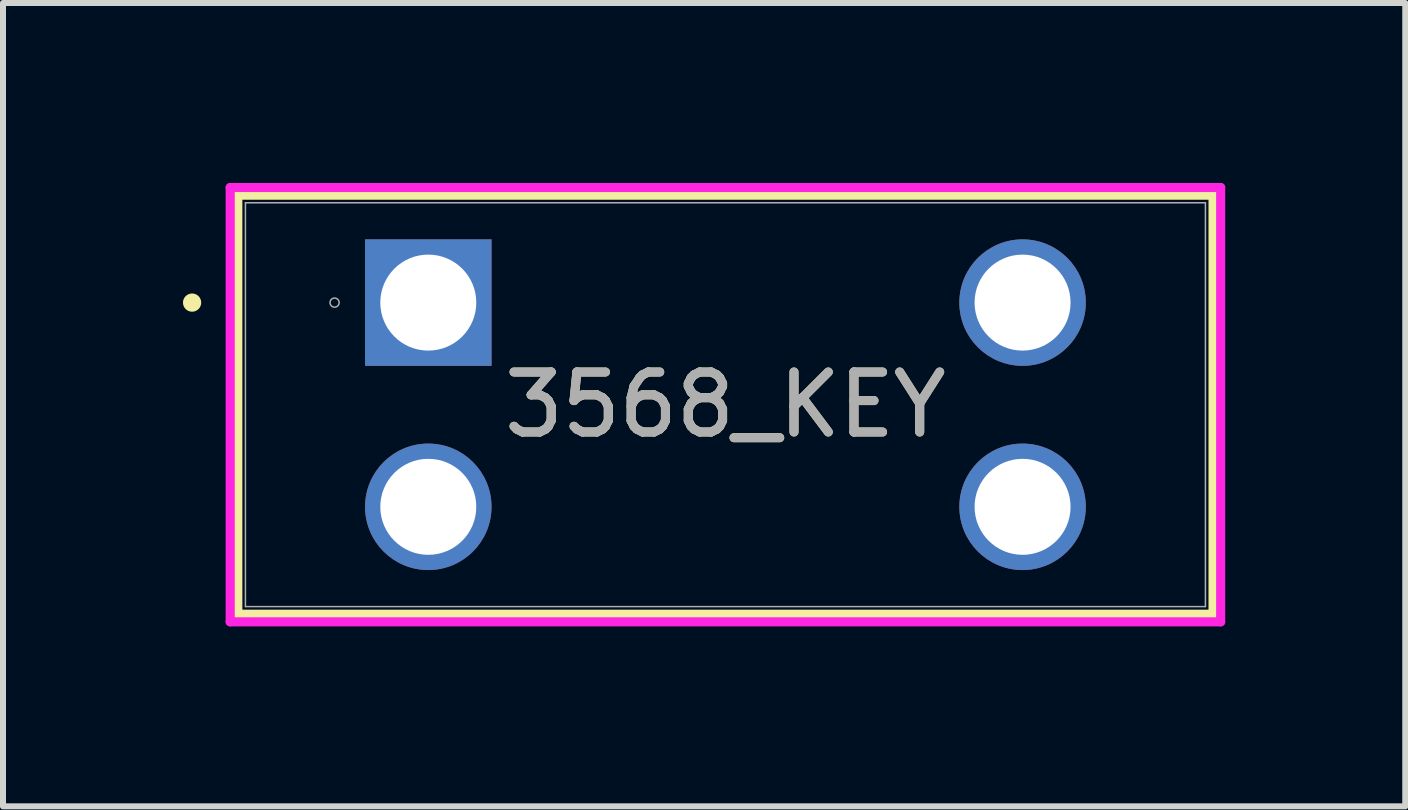
<source format=kicad_pcb>
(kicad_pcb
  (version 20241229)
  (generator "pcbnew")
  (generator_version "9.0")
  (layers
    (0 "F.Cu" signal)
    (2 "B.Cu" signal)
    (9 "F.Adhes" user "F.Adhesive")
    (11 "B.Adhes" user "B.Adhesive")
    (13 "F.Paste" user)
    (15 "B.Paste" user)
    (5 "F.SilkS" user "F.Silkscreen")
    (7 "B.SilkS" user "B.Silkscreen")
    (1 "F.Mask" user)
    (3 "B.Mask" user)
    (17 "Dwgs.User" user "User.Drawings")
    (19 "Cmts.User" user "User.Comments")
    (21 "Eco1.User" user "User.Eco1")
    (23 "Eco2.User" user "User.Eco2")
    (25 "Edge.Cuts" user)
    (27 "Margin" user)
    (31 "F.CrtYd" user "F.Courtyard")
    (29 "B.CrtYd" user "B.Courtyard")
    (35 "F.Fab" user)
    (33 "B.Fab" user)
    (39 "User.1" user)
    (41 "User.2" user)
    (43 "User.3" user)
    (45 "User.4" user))
  (footprint "3568_KEY"
    (layer "F.Cu")
    (at 4.089 1.994)
    (property "Reference" "3568_KEY" (at 4.953 1.702 0) (unlocked yes) (layer "F.SilkS") (effects (font (size 1 1) (thickness 0.15))))
    (attr through_hole)
    (fp_line (start -3.175 -1.791) (end -3.175 5.194) (stroke (width 0.152) (type solid)) (layer "F.SilkS"))
    (fp_line (start 13.081 -1.791) (end -3.175 -1.791) (stroke (width 0.152) (type solid)) (layer "F.SilkS"))
    (fp_line (start 13.081 -1.791) (end 13.081 5.194) (stroke (width 0.152) (type solid)) (layer "F.SilkS"))
    (fp_line (start 13.081 5.194) (end -3.175 5.194) (stroke (width 0.152) (type solid)) (layer "F.SilkS"))
    (fp_circle (center -3.937 0) (end -3.861 0) (stroke (width 0.152) (type solid)) (fill no) (layer "F.SilkS"))
    (fp_line (start -3.302 -1.918) (end 13.208 -1.918) (stroke (width 0.152) (type solid)) (layer "F.CrtYd"))
    (fp_line (start -3.302 5.321) (end -3.302 -1.918) (stroke (width 0.152) (type solid)) (layer "F.CrtYd"))
    (fp_line (start 13.208 -1.918) (end 13.208 5.321) (stroke (width 0.152) (type solid)) (layer "F.CrtYd"))
    (fp_line (start 13.208 5.321) (end -3.302 5.321) (stroke (width 0.152) (type solid)) (layer "F.CrtYd"))
    (fp_line (start -3.048 -1.664) (end -3.048 5.067) (stroke (width 0.025) (type solid)) (layer "F.Fab"))
    (fp_line (start 12.954 -1.664) (end -3.048 -1.664) (stroke (width 0.025) (type solid)) (layer "F.Fab"))
    (fp_line (start 12.954 -1.664) (end 12.954 5.067) (stroke (width 0.025) (type solid)) (layer "F.Fab"))
    (fp_line (start 12.954 5.067) (end -3.048 5.067) (stroke (width 0.025) (type solid)) (layer "F.Fab"))
    (fp_circle (center -1.562 0) (end -1.486 0) (stroke (width 0.025) (type solid)) (fill no) (layer "F.Fab"))
    (fp_text user "${REFERENCE}" (at 4.953 1.702 0) (unlocked yes) (layer "F.Fab") (effects (font (size 1 1) (thickness 0.15))))
    (pad "1" thru_hole rect (at 0 0) (size 2.108 2.108) (drill 1.6) (layers "*.Cu" "*.Mask"))
    (pad "2" thru_hole circle (at 0 3.404) (size 2.108 2.108) (drill 1.6) (layers "*.Cu" "*.Mask"))
    (pad "3" thru_hole circle (at 9.906 3.404) (size 2.108 2.108) (drill 1.6) (layers "*.Cu" "*.Mask"))
    (pad "4" thru_hole circle (at 9.906 0) (size 2.108 2.108) (drill 1.6) (layers "*.Cu" "*.Mask")))
  (gr_rect
    (start -3 -3)
    (end 20.374 10.391)
    (stroke (width 0.1) (type default))
    (fill no)
    (layer "Edge.Cuts")))
</source>
